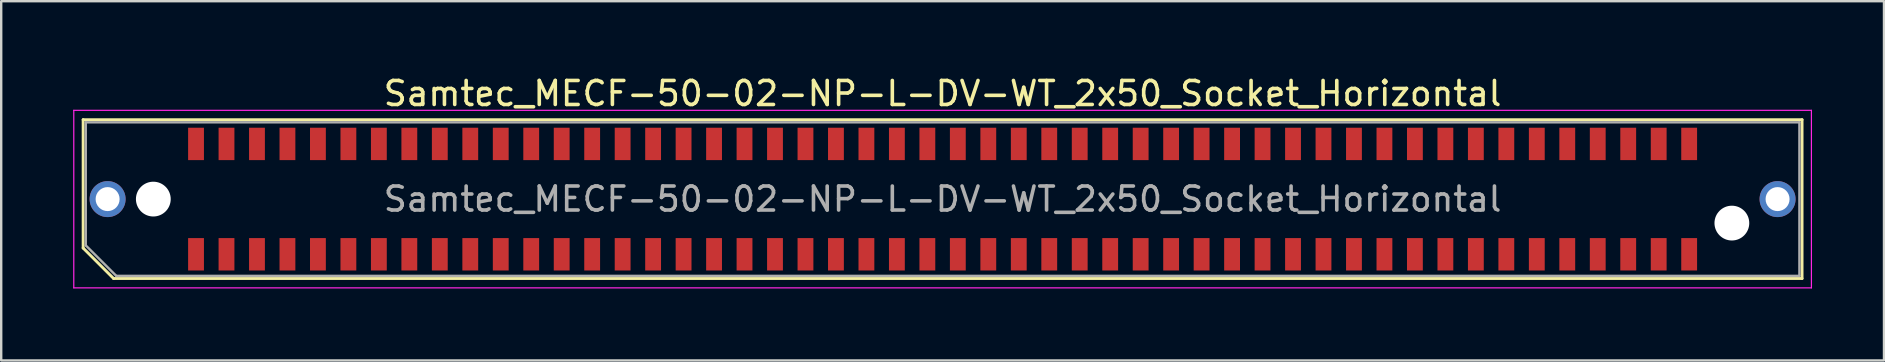
<source format=kicad_pcb>
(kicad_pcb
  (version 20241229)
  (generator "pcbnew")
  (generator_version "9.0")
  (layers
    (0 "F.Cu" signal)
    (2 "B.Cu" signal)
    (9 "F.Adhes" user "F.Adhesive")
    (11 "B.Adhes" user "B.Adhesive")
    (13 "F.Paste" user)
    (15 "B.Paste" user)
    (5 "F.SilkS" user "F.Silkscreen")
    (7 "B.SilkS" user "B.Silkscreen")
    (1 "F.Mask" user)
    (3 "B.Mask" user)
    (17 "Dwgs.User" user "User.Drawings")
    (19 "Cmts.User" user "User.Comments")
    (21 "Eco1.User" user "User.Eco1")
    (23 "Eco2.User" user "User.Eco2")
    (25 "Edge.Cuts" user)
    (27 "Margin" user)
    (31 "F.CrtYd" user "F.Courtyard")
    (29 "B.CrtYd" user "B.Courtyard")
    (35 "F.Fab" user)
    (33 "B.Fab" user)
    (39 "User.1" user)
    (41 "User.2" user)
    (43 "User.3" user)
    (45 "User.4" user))
  (footprint "Samtec_MECF-50-02-NP-L-DV-WT_2x50_Socket_Horizontal"
    (layer "F.Cu")
    (at 36.235 5.248)
    (property "Reference" "Samtec_MECF-50-02-NP-L-DV-WT_2x50_Socket_Horizontal" (at 0 -4.4 0) (layer "F.SilkS") (effects (font (size 1 1) (thickness 0.15))))
    (attr smd)
    (fp_line (start -35.82 -3.31) (end 35.82 -3.31) (stroke (width 0.12) (type solid)) (layer "F.SilkS"))
    (fp_line (start -35.82 2.04) (end -35.82 -3.31) (stroke (width 0.12) (type solid)) (layer "F.SilkS"))
    (fp_line (start -34.55 3.31) (end -35.82 2.04) (stroke (width 0.12) (type solid)) (layer "F.SilkS"))
    (fp_line (start -34.55 3.31) (end 35.82 3.31) (stroke (width 0.12) (type solid)) (layer "F.SilkS"))
    (fp_line (start 35.82 3.31) (end 35.82 -3.31) (stroke (width 0.12) (type solid)) (layer "F.SilkS"))
    (fp_line (start -36.21 -3.7) (end -36.21 3.7) (stroke (width 0.05) (type solid)) (layer "F.CrtYd"))
    (fp_line (start -36.21 3.7) (end 36.21 3.7) (stroke (width 0.05) (type solid)) (layer "F.CrtYd"))
    (fp_line (start 36.21 -3.7) (end -36.21 -3.7) (stroke (width 0.05) (type solid)) (layer "F.CrtYd"))
    (fp_line (start 36.21 3.7) (end 36.21 -3.7) (stroke (width 0.05) (type solid)) (layer "F.CrtYd"))
    (fp_line (start -35.71 -3.2) (end 35.71 -3.2) (stroke (width 0.1) (type solid)) (layer "F.Fab"))
    (fp_line (start -35.71 1.93) (end -35.71 -3.2) (stroke (width 0.1) (type solid)) (layer "F.Fab"))
    (fp_line (start -35.71 1.93) (end -34.44 3.2) (stroke (width 0.1) (type solid)) (layer "F.Fab"))
    (fp_line (start -34.44 3.2) (end 35.71 3.2) (stroke (width 0.1) (type solid)) (layer "F.Fab"))
    (fp_line (start 35.71 3.2) (end 35.71 -3.2) (stroke (width 0.1) (type solid)) (layer "F.Fab"))
    (fp_text user "${REFERENCE}" (at 0 0 0) (layer "F.Fab") (effects (font (size 1 1) (thickness 0.15))))
    (pad "" thru_hole circle (at -34.8 0) (size 1.5 1.5) (drill 1) (layers "*.Cu" "*.Mask"))
    (pad "" np_thru_hole circle (at -32.895 0) (size 1.45 1.45) (drill 1.45) (layers "*.Cu" "*.Mask"))
    (pad "" np_thru_hole circle (at 32.895 1) (size 1.45 1.45) (drill 1.45) (layers "*.Cu" "*.Mask"))
    (pad "" thru_hole circle (at 34.8 0) (size 1.5 1.5) (drill 1) (layers "*.Cu" "*.Mask"))
    (pad "1" smd rect (at -31.115 2.3) (size 0.66 1.35) (layers "F.Cu" "F.Mask" "F.Paste"))
    (pad "2" smd rect (at -31.115 -2.3) (size 0.66 1.35) (layers "F.Cu" "F.Mask" "F.Paste"))
    (pad "3" smd rect (at -29.845 2.3) (size 0.66 1.35) (layers "F.Cu" "F.Mask" "F.Paste"))
    (pad "4" smd rect (at -29.845 -2.3) (size 0.66 1.35) (layers "F.Cu" "F.Mask" "F.Paste"))
    (pad "5" smd rect (at -28.575 2.3) (size 0.66 1.35) (layers "F.Cu" "F.Mask" "F.Paste"))
    (pad "6" smd rect (at -28.575 -2.3) (size 0.66 1.35) (layers "F.Cu" "F.Mask" "F.Paste"))
    (pad "7" smd rect (at -27.305 2.3) (size 0.66 1.35) (layers "F.Cu" "F.Mask" "F.Paste"))
    (pad "8" smd rect (at -27.305 -2.3) (size 0.66 1.35) (layers "F.Cu" "F.Mask" "F.Paste"))
    (pad "9" smd rect (at -26.035 2.3) (size 0.66 1.35) (layers "F.Cu" "F.Mask" "F.Paste"))
    (pad "10" smd rect (at -26.035 -2.3) (size 0.66 1.35) (layers "F.Cu" "F.Mask" "F.Paste"))
    (pad "11" smd rect (at -24.765 2.3) (size 0.66 1.35) (layers "F.Cu" "F.Mask" "F.Paste"))
    (pad "12" smd rect (at -24.765 -2.3) (size 0.66 1.35) (layers "F.Cu" "F.Mask" "F.Paste"))
    (pad "13" smd rect (at -23.495 2.3) (size 0.66 1.35) (layers "F.Cu" "F.Mask" "F.Paste"))
    (pad "14" smd rect (at -23.495 -2.3) (size 0.66 1.35) (layers "F.Cu" "F.Mask" "F.Paste"))
    (pad "15" smd rect (at -22.225 2.3) (size 0.66 1.35) (layers "F.Cu" "F.Mask" "F.Paste"))
    (pad "16" smd rect (at -22.225 -2.3) (size 0.66 1.35) (layers "F.Cu" "F.Mask" "F.Paste"))
    (pad "17" smd rect (at -20.955 2.3) (size 0.66 1.35) (layers "F.Cu" "F.Mask" "F.Paste"))
    (pad "18" smd rect (at -20.955 -2.3) (size 0.66 1.35) (layers "F.Cu" "F.Mask" "F.Paste"))
    (pad "19" smd rect (at -19.685 2.3) (size 0.66 1.35) (layers "F.Cu" "F.Mask" "F.Paste"))
    (pad "20" smd rect (at -19.685 -2.3) (size 0.66 1.35) (layers "F.Cu" "F.Mask" "F.Paste"))
    (pad "21" smd rect (at -18.415 2.3) (size 0.66 1.35) (layers "F.Cu" "F.Mask" "F.Paste"))
    (pad "22" smd rect (at -18.415 -2.3) (size 0.66 1.35) (layers "F.Cu" "F.Mask" "F.Paste"))
    (pad "23" smd rect (at -17.145 2.3) (size 0.66 1.35) (layers "F.Cu" "F.Mask" "F.Paste"))
    (pad "24" smd rect (at -17.145 -2.3) (size 0.66 1.35) (layers "F.Cu" "F.Mask" "F.Paste"))
    (pad "25" smd rect (at -15.875 2.3) (size 0.66 1.35) (layers "F.Cu" "F.Mask" "F.Paste"))
    (pad "26" smd rect (at -15.875 -2.3) (size 0.66 1.35) (layers "F.Cu" "F.Mask" "F.Paste"))
    (pad "27" smd rect (at -14.605 2.3) (size 0.66 1.35) (layers "F.Cu" "F.Mask" "F.Paste"))
    (pad "28" smd rect (at -14.605 -2.3) (size 0.66 1.35) (layers "F.Cu" "F.Mask" "F.Paste"))
    (pad "29" smd rect (at -13.335 2.3) (size 0.66 1.35) (layers "F.Cu" "F.Mask" "F.Paste"))
    (pad "30" smd rect (at -13.335 -2.3) (size 0.66 1.35) (layers "F.Cu" "F.Mask" "F.Paste"))
    (pad "31" smd rect (at -12.065 2.3) (size 0.66 1.35) (layers "F.Cu" "F.Mask" "F.Paste"))
    (pad "32" smd rect (at -12.065 -2.3) (size 0.66 1.35) (layers "F.Cu" "F.Mask" "F.Paste"))
    (pad "33" smd rect (at -10.795 2.3) (size 0.66 1.35) (layers "F.Cu" "F.Mask" "F.Paste"))
    (pad "34" smd rect (at -10.795 -2.3) (size 0.66 1.35) (layers "F.Cu" "F.Mask" "F.Paste"))
    (pad "35" smd rect (at -9.525 2.3) (size 0.66 1.35) (layers "F.Cu" "F.Mask" "F.Paste"))
    (pad "36" smd rect (at -9.525 -2.3) (size 0.66 1.35) (layers "F.Cu" "F.Mask" "F.Paste"))
    (pad "37" smd rect (at -8.255 2.3) (size 0.66 1.35) (layers "F.Cu" "F.Mask" "F.Paste"))
    (pad "38" smd rect (at -8.255 -2.3) (size 0.66 1.35) (layers "F.Cu" "F.Mask" "F.Paste"))
    (pad "39" smd rect (at -6.985 2.3) (size 0.66 1.35) (layers "F.Cu" "F.Mask" "F.Paste"))
    (pad "40" smd rect (at -6.985 -2.3) (size 0.66 1.35) (layers "F.Cu" "F.Mask" "F.Paste"))
    (pad "41" smd rect (at -5.715 2.3) (size 0.66 1.35) (layers "F.Cu" "F.Mask" "F.Paste"))
    (pad "42" smd rect (at -5.715 -2.3) (size 0.66 1.35) (layers "F.Cu" "F.Mask" "F.Paste"))
    (pad "43" smd rect (at -4.445 2.3) (size 0.66 1.35) (layers "F.Cu" "F.Mask" "F.Paste"))
    (pad "44" smd rect (at -4.445 -2.3) (size 0.66 1.35) (layers "F.Cu" "F.Mask" "F.Paste"))
    (pad "45" smd rect (at -3.175 2.3) (size 0.66 1.35) (layers "F.Cu" "F.Mask" "F.Paste"))
    (pad "46" smd rect (at -3.175 -2.3) (size 0.66 1.35) (layers "F.Cu" "F.Mask" "F.Paste"))
    (pad "47" smd rect (at -1.905 2.3) (size 0.66 1.35) (layers "F.Cu" "F.Mask" "F.Paste"))
    (pad "48" smd rect (at -1.905 -2.3) (size 0.66 1.35) (layers "F.Cu" "F.Mask" "F.Paste"))
    (pad "49" smd rect (at -0.635 2.3) (size 0.66 1.35) (layers "F.Cu" "F.Mask" "F.Paste"))
    (pad "50" smd rect (at -0.635 -2.3) (size 0.66 1.35) (layers "F.Cu" "F.Mask" "F.Paste"))
    (pad "51" smd rect (at 0.635 2.3) (size 0.66 1.35) (layers "F.Cu" "F.Mask" "F.Paste"))
    (pad "52" smd rect (at 0.635 -2.3) (size 0.66 1.35) (layers "F.Cu" "F.Mask" "F.Paste"))
    (pad "53" smd rect (at 1.905 2.3) (size 0.66 1.35) (layers "F.Cu" "F.Mask" "F.Paste"))
    (pad "54" smd rect (at 1.905 -2.3) (size 0.66 1.35) (layers "F.Cu" "F.Mask" "F.Paste"))
    (pad "55" smd rect (at 3.175 2.3) (size 0.66 1.35) (layers "F.Cu" "F.Mask" "F.Paste"))
    (pad "56" smd rect (at 3.175 -2.3) (size 0.66 1.35) (layers "F.Cu" "F.Mask" "F.Paste"))
    (pad "57" smd rect (at 4.445 2.3) (size 0.66 1.35) (layers "F.Cu" "F.Mask" "F.Paste"))
    (pad "58" smd rect (at 4.445 -2.3) (size 0.66 1.35) (layers "F.Cu" "F.Mask" "F.Paste"))
    (pad "59" smd rect (at 5.715 2.3) (size 0.66 1.35) (layers "F.Cu" "F.Mask" "F.Paste"))
    (pad "60" smd rect (at 5.715 -2.3) (size 0.66 1.35) (layers "F.Cu" "F.Mask" "F.Paste"))
    (pad "61" smd rect (at 6.985 2.3) (size 0.66 1.35) (layers "F.Cu" "F.Mask" "F.Paste"))
    (pad "62" smd rect (at 6.985 -2.3) (size 0.66 1.35) (layers "F.Cu" "F.Mask" "F.Paste"))
    (pad "63" smd rect (at 8.255 2.3) (size 0.66 1.35) (layers "F.Cu" "F.Mask" "F.Paste"))
    (pad "64" smd rect (at 8.255 -2.3) (size 0.66 1.35) (layers "F.Cu" "F.Mask" "F.Paste"))
    (pad "65" smd rect (at 9.525 2.3) (size 0.66 1.35) (layers "F.Cu" "F.Mask" "F.Paste"))
    (pad "66" smd rect (at 9.525 -2.3) (size 0.66 1.35) (layers "F.Cu" "F.Mask" "F.Paste"))
    (pad "67" smd rect (at 10.795 2.3) (size 0.66 1.35) (layers "F.Cu" "F.Mask" "F.Paste"))
    (pad "68" smd rect (at 10.795 -2.3) (size 0.66 1.35) (layers "F.Cu" "F.Mask" "F.Paste"))
    (pad "69" smd rect (at 12.065 2.3) (size 0.66 1.35) (layers "F.Cu" "F.Mask" "F.Paste"))
    (pad "70" smd rect (at 12.065 -2.3) (size 0.66 1.35) (layers "F.Cu" "F.Mask" "F.Paste"))
    (pad "71" smd rect (at 13.335 2.3) (size 0.66 1.35) (layers "F.Cu" "F.Mask" "F.Paste"))
    (pad "72" smd rect (at 13.335 -2.3) (size 0.66 1.35) (layers "F.Cu" "F.Mask" "F.Paste"))
    (pad "73" smd rect (at 14.605 2.3) (size 0.66 1.35) (layers "F.Cu" "F.Mask" "F.Paste"))
    (pad "74" smd rect (at 14.605 -2.3) (size 0.66 1.35) (layers "F.Cu" "F.Mask" "F.Paste"))
    (pad "75" smd rect (at 15.875 2.3) (size 0.66 1.35) (layers "F.Cu" "F.Mask" "F.Paste"))
    (pad "76" smd rect (at 15.875 -2.3) (size 0.66 1.35) (layers "F.Cu" "F.Mask" "F.Paste"))
    (pad "77" smd rect (at 17.145 2.3) (size 0.66 1.35) (layers "F.Cu" "F.Mask" "F.Paste"))
    (pad "78" smd rect (at 17.145 -2.3) (size 0.66 1.35) (layers "F.Cu" "F.Mask" "F.Paste"))
    (pad "79" smd rect (at 18.415 2.3) (size 0.66 1.35) (layers "F.Cu" "F.Mask" "F.Paste"))
    (pad "80" smd rect (at 18.415 -2.3) (size 0.66 1.35) (layers "F.Cu" "F.Mask" "F.Paste"))
    (pad "81" smd rect (at 19.685 2.3) (size 0.66 1.35) (layers "F.Cu" "F.Mask" "F.Paste"))
    (pad "82" smd rect (at 19.685 -2.3) (size 0.66 1.35) (layers "F.Cu" "F.Mask" "F.Paste"))
    (pad "83" smd rect (at 20.955 2.3) (size 0.66 1.35) (layers "F.Cu" "F.Mask" "F.Paste"))
    (pad "84" smd rect (at 20.955 -2.3) (size 0.66 1.35) (layers "F.Cu" "F.Mask" "F.Paste"))
    (pad "85" smd rect (at 22.225 2.3) (size 0.66 1.35) (layers "F.Cu" "F.Mask" "F.Paste"))
    (pad "86" smd rect (at 22.225 -2.3) (size 0.66 1.35) (layers "F.Cu" "F.Mask" "F.Paste"))
    (pad "87" smd rect (at 23.495 2.3) (size 0.66 1.35) (layers "F.Cu" "F.Mask" "F.Paste"))
    (pad "88" smd rect (at 23.495 -2.3) (size 0.66 1.35) (layers "F.Cu" "F.Mask" "F.Paste"))
    (pad "89" smd rect (at 24.765 2.3) (size 0.66 1.35) (layers "F.Cu" "F.Mask" "F.Paste"))
    (pad "90" smd rect (at 24.765 -2.3) (size 0.66 1.35) (layers "F.Cu" "F.Mask" "F.Paste"))
    (pad "91" smd rect (at 26.035 2.3) (size 0.66 1.35) (layers "F.Cu" "F.Mask" "F.Paste"))
    (pad "92" smd rect (at 26.035 -2.3) (size 0.66 1.35) (layers "F.Cu" "F.Mask" "F.Paste"))
    (pad "93" smd rect (at 27.305 2.3) (size 0.66 1.35) (layers "F.Cu" "F.Mask" "F.Paste"))
    (pad "94" smd rect (at 27.305 -2.3) (size 0.66 1.35) (layers "F.Cu" "F.Mask" "F.Paste"))
    (pad "95" smd rect (at 28.575 2.3) (size 0.66 1.35) (layers "F.Cu" "F.Mask" "F.Paste"))
    (pad "96" smd rect (at 28.575 -2.3) (size 0.66 1.35) (layers "F.Cu" "F.Mask" "F.Paste"))
    (pad "97" smd rect (at 29.845 2.3) (size 0.66 1.35) (layers "F.Cu" "F.Mask" "F.Paste"))
    (pad "98" smd rect (at 29.845 -2.3) (size 0.66 1.35) (layers "F.Cu" "F.Mask" "F.Paste"))
    (pad "99" smd rect (at 31.115 2.3) (size 0.66 1.35) (layers "F.Cu" "F.Mask" "F.Paste"))
    (pad "100" smd rect (at 31.115 -2.3) (size 0.66 1.35) (layers "F.Cu" "F.Mask" "F.Paste")))
  (gr_rect
    (start -3 -3)
    (end 75.47 11.973)
    (stroke (width 0.1) (type default))
    (fill no)
    (layer "Edge.Cuts")))
</source>
